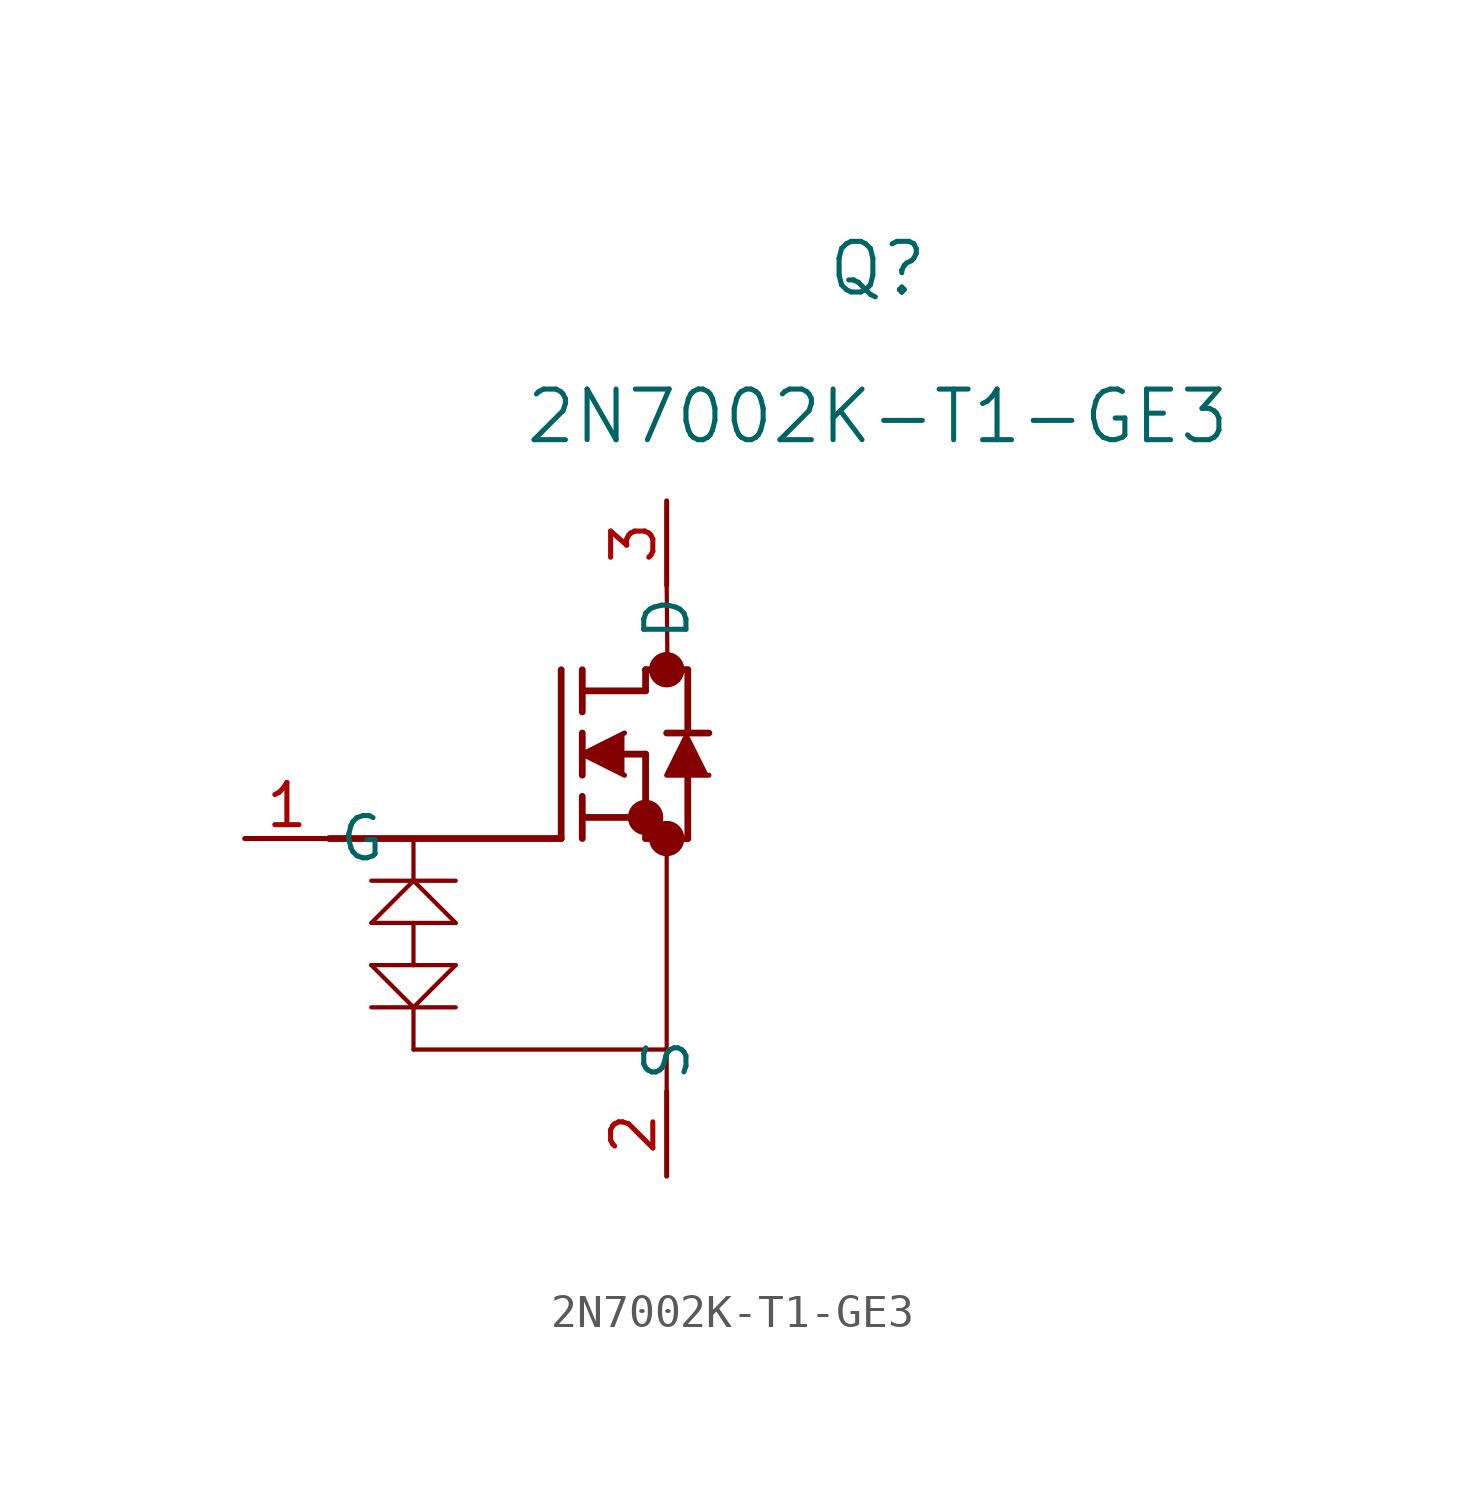
<source format=kicad_sym>
(kicad_symbol_lib
  (version 20231120)
  (generator "kicad_symbol_editor")
  (generator_version "8.0")
  (symbol "2N7002K-T1-GE3"
    (pin_names
      (offset 0.254))
    (property "Reference" "Q"
      (at 19.05 17.145 0)
      (effects (font (size 1.524 1.524))))
    (property "Value" "2N7002K-T1-GE3"
      (at 19.05 12.7 0)
      (effects (font (size 1.524 1.524))))
    (symbol "2N7002K-T1-GE3_0_1"
      (polyline (pts (xy 2.54 0) (xy 9.525 0)) (stroke (width 0.203) (type default)) (fill (type none)))
      (polyline (pts (xy 3.81 -5.08) (xy 6.35 -5.08)) (stroke (width 0.127) (type default)) (fill (type none)))
      (polyline (pts (xy 3.81 -2.54) (xy 6.35 -2.54)) (stroke (width 0.127) (type default)) (fill (type none)))
      (polyline (pts (xy 3.81 -1.27) (xy 6.35 -1.27)) (stroke (width 0.127) (type default)) (fill (type none)))
      (polyline (pts (xy 5.08 -6.35) (xy 12.7 -6.35)) (stroke (width 0.127) (type default)) (fill (type none)))
      (polyline (pts (xy 5.08 -5.08) (xy 3.81 -3.81)) (stroke (width 0.127) (type default)) (fill (type none)))
      (polyline (pts (xy 5.08 -5.08) (xy 5.08 -6.35)) (stroke (width 0.127) (type default)) (fill (type none)))
      (polyline (pts (xy 5.08 -3.81) (xy 3.81 -3.81)) (stroke (width 0.127) (type default)) (fill (type none)))
      (polyline (pts (xy 5.08 -3.81) (xy 6.35 -3.81)) (stroke (width 0.127) (type default)) (fill (type none)))
      (polyline (pts (xy 5.08 -2.54) (xy 5.08 -3.81)) (stroke (width 0.127) (type default)) (fill (type none)))
      (polyline (pts (xy 5.08 -1.27) (xy 3.81 -2.54)) (stroke (width 0.127) (type default)) (fill (type none)))
      (polyline (pts (xy 5.08 0) (xy 5.08 -1.27)) (stroke (width 0.127) (type default)) (fill (type none)))
      (polyline (pts (xy 6.35 -3.81) (xy 5.08 -5.08)) (stroke (width 0.127) (type default)) (fill (type none)))
      (polyline (pts (xy 6.35 -2.54) (xy 5.08 -1.27)) (stroke (width 0.127) (type default)) (fill (type none)))
      (polyline (pts (xy 9.525 0) (xy 9.525 5.08)) (stroke (width 0.203) (type default)) (fill (type none)))
      (polyline (pts (xy 10.16 0) (xy 10.16 1.27)) (stroke (width 0.203) (type default)) (fill (type none)))
      (polyline (pts (xy 10.16 0.635) (xy 12.065 0.635)) (stroke (width 0.203) (type default)) (fill (type none)))
      (polyline (pts (xy 10.16 1.905) (xy 10.16 3.175)) (stroke (width 0.203) (type default)) (fill (type none)))
      (polyline (pts (xy 10.16 3.81) (xy 10.16 5.08)) (stroke (width 0.203) (type default)) (fill (type none)))
      (polyline (pts (xy 10.16 4.445) (xy 12.065 4.445)) (stroke (width 0.203) (type default)) (fill (type none)))
      (polyline (pts (xy 11.43 2.54) (xy 12.065 2.54)) (stroke (width 0.203) (type default)) (fill (type none)))
      (polyline (pts (xy 12.065 0) (xy 12.065 2.54)) (stroke (width 0.203) (type default)) (fill (type none)))
      (polyline (pts (xy 12.065 0) (xy 13.335 0)) (stroke (width 0.203) (type default)) (fill (type none)))
      (polyline (pts (xy 12.065 4.445) (xy 12.065 5.08)) (stroke (width 0.203) (type default)) (fill (type none)))
      (polyline (pts (xy 12.065 5.08) (xy 13.335 5.08)) (stroke (width 0.203) (type default)) (fill (type none)))
      (polyline (pts (xy 12.7 0) (xy 12.7 -7.62)) (stroke (width 0.127) (type default)) (fill (type none)))
      (polyline (pts (xy 12.7 7.62) (xy 12.725 5.08)) (stroke (width 0.127) (type default)) (fill (type none)))
      (polyline (pts (xy 13.335 0) (xy 13.335 1.905)) (stroke (width 0.203) (type default)) (fill (type none)))
      (polyline (pts (xy 13.335 3.175) (xy 13.335 5.08)) (stroke (width 0.203) (type default)) (fill (type none)))
      (polyline (pts (xy 13.97 3.175) (xy 12.7 3.175)) (stroke (width 0.203) (type default)) (fill (type none)))
      (polyline (pts (xy 11.43 3.175) (xy 10.16 2.54) (xy 11.43 1.905)) (stroke (width 0) (type default)) (fill (type outline)))
      (polyline (pts (xy 13.97 1.905) (xy 12.7 1.905) (xy 13.335 3.175)) (stroke (width 0) (type default)) (fill (type outline)))
      (circle (center 12.065 0.635) (radius 0.025) (stroke (width 0.508) (type default)) (fill (type none)))
      (circle (center 12.7 0) (radius 0.025) (stroke (width 0.508) (type default)) (fill (type none)))
      (circle (center 12.7 5.08) (radius 0.025) (stroke (width 0.508) (type default)) (fill (type none)))
      (pin unspecified line (at 0 0 0) (length 2.54) (name "G" (effects (font (size 1.27 1.27)))) (number "1" (effects (font (size 1.27 1.27)))))
      (pin unspecified line (at 12.7 -10.16 90) (length 2.54) (name "S" (effects (font (size 1.27 1.27)))) (number "2" (effects (font (size 1.27 1.27)))))
      (pin unspecified line (at 12.7 10.16 270) (length 2.54) (name "D" (effects (font (size 1.27 1.27)))) (number "3" (effects (font (size 1.27 1.27))))))))
</source>
